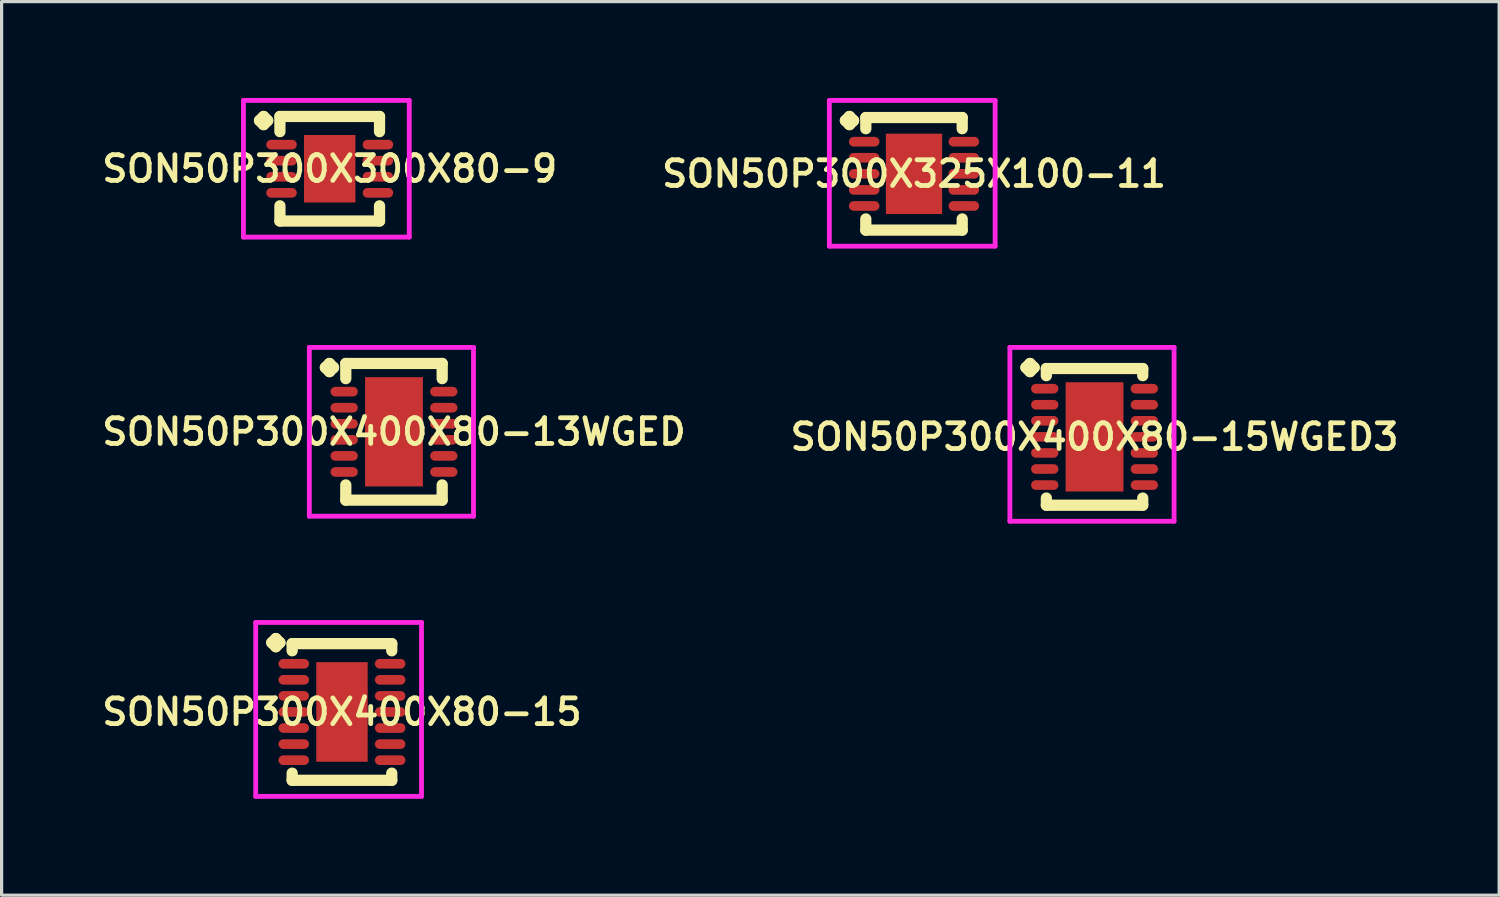
<source format=kicad_pcb>
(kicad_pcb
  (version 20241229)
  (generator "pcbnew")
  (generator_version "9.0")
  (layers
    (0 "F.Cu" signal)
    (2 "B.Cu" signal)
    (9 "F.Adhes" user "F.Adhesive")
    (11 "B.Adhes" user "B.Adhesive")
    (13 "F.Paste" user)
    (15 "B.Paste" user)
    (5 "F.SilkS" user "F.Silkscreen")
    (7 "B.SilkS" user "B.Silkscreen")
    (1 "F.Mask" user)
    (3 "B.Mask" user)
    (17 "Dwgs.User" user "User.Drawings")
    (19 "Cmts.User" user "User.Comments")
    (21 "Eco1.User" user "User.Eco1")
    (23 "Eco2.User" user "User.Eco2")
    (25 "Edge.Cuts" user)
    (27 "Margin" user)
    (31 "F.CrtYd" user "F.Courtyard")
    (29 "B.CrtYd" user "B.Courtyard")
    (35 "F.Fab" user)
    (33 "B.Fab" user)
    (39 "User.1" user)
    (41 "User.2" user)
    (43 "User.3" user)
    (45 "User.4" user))
  (footprint "SON50P300X400X80-15WGED3"
    (layer "F.Cu")
    (at 31.016 10.547)
    (property "Reference" "SON50P300X400X80-15WGED3" (at 0 0 0) (layer "F.SilkS") (effects (font (size 0.8 0.8) (thickness 0.15))))
    (attr smd)
    (fp_line (start -2.135 -2.158) (end -2.008 -2.285) (stroke (width 0.35) (type solid)) (layer "F.SilkS"))
    (fp_line (start -2.008 -2.285) (end -1.881 -2.158) (stroke (width 0.35) (type solid)) (layer "F.SilkS"))
    (fp_line (start -2.008 -2.031) (end -2.135 -2.158) (stroke (width 0.35) (type solid)) (layer "F.SilkS"))
    (fp_line (start -1.881 -2.158) (end -2.008 -2.031) (stroke (width 0.35) (type solid)) (layer "F.SilkS"))
    (fp_line (start -1.5 -2.127) (end 1.5 -2.127) (stroke (width 0.35) (type solid)) (layer "F.SilkS"))
    (fp_line (start -1.5 -1.904) (end -1.5 -2.127) (stroke (width 0.35) (type solid)) (layer "F.SilkS"))
    (fp_line (start -1.5 1.904) (end -1.5 2.127) (stroke (width 0.35) (type solid)) (layer "F.SilkS"))
    (fp_line (start -1.5 2.127) (end 1.5 2.127) (stroke (width 0.35) (type solid)) (layer "F.SilkS"))
    (fp_line (start 1.5 -2.127) (end 1.5 -1.904) (stroke (width 0.35) (type solid)) (layer "F.SilkS"))
    (fp_line (start 1.5 2.127) (end 1.5 1.904) (stroke (width 0.35) (type solid)) (layer "F.SilkS"))
    (fp_line (start -2.635 -2.785) (end 2.475 -2.785) (stroke (width 0.15) (type solid)) (layer "F.CrtYd"))
    (fp_line (start -2.635 2.627) (end -2.635 -2.785) (stroke (width 0.15) (type solid)) (layer "F.CrtYd"))
    (fp_line (start 2.475 -2.785) (end 2.475 2.627) (stroke (width 0.15) (type solid)) (layer "F.CrtYd"))
    (fp_line (start 2.475 2.627) (end -2.635 2.627) (stroke (width 0.15) (type solid)) (layer "F.CrtYd"))
    (pad "1" smd oval (at -1.55 -1.5) (size 0.85 0.3) (layers "F.Cu" "F.Mask" "F.Paste"))
    (pad "2" smd oval (at -1.55 -1) (size 0.85 0.3) (layers "F.Cu" "F.Mask" "F.Paste"))
    (pad "3" smd oval (at -1.55 -0.5) (size 0.85 0.3) (layers "F.Cu" "F.Mask" "F.Paste"))
    (pad "4" smd oval (at -1.55 0) (size 0.85 0.3) (layers "F.Cu" "F.Mask" "F.Paste"))
    (pad "5" smd oval (at -1.55 0.5) (size 0.85 0.3) (layers "F.Cu" "F.Mask" "F.Paste"))
    (pad "6" smd oval (at -1.55 1) (size 0.85 0.3) (layers "F.Cu" "F.Mask" "F.Paste"))
    (pad "7" smd oval (at -1.55 1.5) (size 0.85 0.3) (layers "F.Cu" "F.Mask" "F.Paste"))
    (pad "8" smd oval (at 1.55 1.5) (size 0.85 0.3) (layers "F.Cu" "F.Mask" "F.Paste"))
    (pad "9" smd oval (at 1.55 1) (size 0.85 0.3) (layers "F.Cu" "F.Mask" "F.Paste"))
    (pad "10" smd oval (at 1.55 0.5) (size 0.85 0.3) (layers "F.Cu" "F.Mask" "F.Paste"))
    (pad "11" smd oval (at 1.55 0) (size 0.85 0.3) (layers "F.Cu" "F.Mask" "F.Paste"))
    (pad "12" smd oval (at 1.55 -0.5) (size 0.85 0.3) (layers "F.Cu" "F.Mask" "F.Paste"))
    (pad "13" smd oval (at 1.55 -1) (size 0.85 0.3) (layers "F.Cu" "F.Mask" "F.Paste"))
    (pad "14" smd oval (at 1.55 -1.5) (size 0.85 0.3) (layers "F.Cu" "F.Mask" "F.Paste"))
    (pad "15" smd rect (at 0 0) (size 1.8 3.4) (layers "F.Cu" "F.Mask" "F.Paste")))
  (footprint "SON50P300X400X80-15"
    (layer "F.Cu")
    (at 7.593 19.109)
    (property "Reference" "SON50P300X400X80-15" (at 0 0 0) (layer "F.SilkS") (effects (font (size 0.8 0.8) (thickness 0.15))))
    (attr smd)
    (fp_line (start -2.185 -2.158) (end -2.058 -2.285) (stroke (width 0.35) (type solid)) (layer "F.SilkS"))
    (fp_line (start -2.058 -2.285) (end -1.931 -2.158) (stroke (width 0.35) (type solid)) (layer "F.SilkS"))
    (fp_line (start -2.058 -2.031) (end -2.185 -2.158) (stroke (width 0.35) (type solid)) (layer "F.SilkS"))
    (fp_line (start -1.931 -2.158) (end -2.058 -2.031) (stroke (width 0.35) (type solid)) (layer "F.SilkS"))
    (fp_line (start -1.55 -2.127) (end 1.55 -2.127) (stroke (width 0.35) (type solid)) (layer "F.SilkS"))
    (fp_line (start -1.55 -1.904) (end -1.55 -2.127) (stroke (width 0.35) (type solid)) (layer "F.SilkS"))
    (fp_line (start -1.55 1.904) (end -1.55 2.127) (stroke (width 0.35) (type solid)) (layer "F.SilkS"))
    (fp_line (start -1.55 2.127) (end 1.55 2.127) (stroke (width 0.35) (type solid)) (layer "F.SilkS"))
    (fp_line (start 1.55 -2.127) (end 1.55 -1.904) (stroke (width 0.35) (type solid)) (layer "F.SilkS"))
    (fp_line (start 1.55 2.127) (end 1.55 1.904) (stroke (width 0.35) (type solid)) (layer "F.SilkS"))
    (fp_line (start -2.685 -2.785) (end 2.475 -2.785) (stroke (width 0.15) (type solid)) (layer "F.CrtYd"))
    (fp_line (start -2.685 2.627) (end -2.685 -2.785) (stroke (width 0.15) (type solid)) (layer "F.CrtYd"))
    (fp_line (start 2.475 -2.785) (end 2.475 2.627) (stroke (width 0.15) (type solid)) (layer "F.CrtYd"))
    (fp_line (start 2.475 2.627) (end -2.685 2.627) (stroke (width 0.15) (type solid)) (layer "F.CrtYd"))
    (pad "1" smd oval (at -1.5 -1.5) (size 0.95 0.3) (layers "F.Cu" "F.Mask" "F.Paste"))
    (pad "2" smd oval (at -1.5 -1) (size 0.95 0.3) (layers "F.Cu" "F.Mask" "F.Paste"))
    (pad "3" smd oval (at -1.5 -0.5) (size 0.95 0.3) (layers "F.Cu" "F.Mask" "F.Paste"))
    (pad "4" smd oval (at -1.5 0) (size 0.95 0.3) (layers "F.Cu" "F.Mask" "F.Paste"))
    (pad "5" smd oval (at -1.5 0.5) (size 0.95 0.3) (layers "F.Cu" "F.Mask" "F.Paste"))
    (pad "6" smd oval (at -1.5 1) (size 0.95 0.3) (layers "F.Cu" "F.Mask" "F.Paste"))
    (pad "7" smd oval (at -1.5 1.5) (size 0.95 0.3) (layers "F.Cu" "F.Mask" "F.Paste"))
    (pad "8" smd oval (at 1.5 1.5) (size 0.95 0.3) (layers "F.Cu" "F.Mask" "F.Paste"))
    (pad "9" smd oval (at 1.5 1) (size 0.95 0.3) (layers "F.Cu" "F.Mask" "F.Paste"))
    (pad "10" smd oval (at 1.5 0.5) (size 0.95 0.3) (layers "F.Cu" "F.Mask" "F.Paste"))
    (pad "11" smd oval (at 1.5 0) (size 0.95 0.3) (layers "F.Cu" "F.Mask" "F.Paste"))
    (pad "12" smd oval (at 1.5 -0.5) (size 0.95 0.3) (layers "F.Cu" "F.Mask" "F.Paste"))
    (pad "13" smd oval (at 1.5 -1) (size 0.95 0.3) (layers "F.Cu" "F.Mask" "F.Paste"))
    (pad "14" smd oval (at 1.5 -1.5) (size 0.95 0.3) (layers "F.Cu" "F.Mask" "F.Paste"))
    (pad "15" smd rect (at 0 0) (size 1.6 3.1) (layers "F.Cu" "F.Mask" "F.Paste")))
  (footprint "SON50P300X400X80-13WGED"
    (layer "F.Cu")
    (at 9.212 10.389)
    (property "Reference" "SON50P300X400X80-13WGED" (at 0 0 0) (layer "F.SilkS") (effects (font (size 0.8 0.8) (thickness 0.15))))
    (attr smd)
    (fp_line (start -2.135 -2) (end -2.008 -2.127) (stroke (width 0.35) (type solid)) (layer "F.SilkS"))
    (fp_line (start -2.008 -2.127) (end -1.881 -2) (stroke (width 0.35) (type solid)) (layer "F.SilkS"))
    (fp_line (start -2.008 -1.873) (end -2.135 -2) (stroke (width 0.35) (type solid)) (layer "F.SilkS"))
    (fp_line (start -1.881 -2) (end -2.008 -1.873) (stroke (width 0.35) (type solid)) (layer "F.SilkS"))
    (fp_line (start -1.5 -2.127) (end 1.5 -2.127) (stroke (width 0.35) (type solid)) (layer "F.SilkS"))
    (fp_line (start -1.5 -1.654) (end -1.5 -2.127) (stroke (width 0.35) (type solid)) (layer "F.SilkS"))
    (fp_line (start -1.5 1.654) (end -1.5 2.127) (stroke (width 0.35) (type solid)) (layer "F.SilkS"))
    (fp_line (start -1.5 2.127) (end 1.5 2.127) (stroke (width 0.35) (type solid)) (layer "F.SilkS"))
    (fp_line (start 1.5 -2.127) (end 1.5 -1.654) (stroke (width 0.35) (type solid)) (layer "F.SilkS"))
    (fp_line (start 1.5 2.127) (end 1.5 1.654) (stroke (width 0.35) (type solid)) (layer "F.SilkS"))
    (fp_line (start -2.635 -2.627) (end 2.475 -2.627) (stroke (width 0.15) (type solid)) (layer "F.CrtYd"))
    (fp_line (start -2.635 2.627) (end -2.635 -2.627) (stroke (width 0.15) (type solid)) (layer "F.CrtYd"))
    (fp_line (start 2.475 -2.627) (end 2.475 2.627) (stroke (width 0.15) (type solid)) (layer "F.CrtYd"))
    (fp_line (start 2.475 2.627) (end -2.635 2.627) (stroke (width 0.15) (type solid)) (layer "F.CrtYd"))
    (pad "1" smd oval (at -1.55 -1.25) (size 0.85 0.3) (layers "F.Cu" "F.Mask" "F.Paste"))
    (pad "2" smd oval (at -1.55 -0.75) (size 0.85 0.3) (layers "F.Cu" "F.Mask" "F.Paste"))
    (pad "3" smd oval (at -1.55 -0.25) (size 0.85 0.3) (layers "F.Cu" "F.Mask" "F.Paste"))
    (pad "4" smd oval (at -1.55 0.25) (size 0.85 0.3) (layers "F.Cu" "F.Mask" "F.Paste"))
    (pad "5" smd oval (at -1.55 0.75) (size 0.85 0.3) (layers "F.Cu" "F.Mask" "F.Paste"))
    (pad "6" smd oval (at -1.55 1.25) (size 0.85 0.3) (layers "F.Cu" "F.Mask" "F.Paste"))
    (pad "7" smd oval (at 1.55 1.25) (size 0.85 0.3) (layers "F.Cu" "F.Mask" "F.Paste"))
    (pad "8" smd oval (at 1.55 0.75) (size 0.85 0.3) (layers "F.Cu" "F.Mask" "F.Paste"))
    (pad "9" smd oval (at 1.55 0.25) (size 0.85 0.3) (layers "F.Cu" "F.Mask" "F.Paste"))
    (pad "10" smd oval (at 1.55 -0.25) (size 0.85 0.3) (layers "F.Cu" "F.Mask" "F.Paste"))
    (pad "11" smd oval (at 1.55 -0.75) (size 0.85 0.3) (layers "F.Cu" "F.Mask" "F.Paste"))
    (pad "12" smd oval (at 1.55 -1.25) (size 0.85 0.3) (layers "F.Cu" "F.Mask" "F.Paste"))
    (pad "13" smd rect (at 0 0) (size 1.8 3.4) (layers "F.Cu" "F.Mask" "F.Paste")))
  (footprint "SON50P300X325X100-11"
    (layer "F.Cu")
    (at 25.397 2.36)
    (property "Reference" "SON50P300X325X100-11" (at 0 0 0) (layer "F.SilkS") (effects (font (size 0.8 0.8) (thickness 0.15))))
    (attr smd)
    (fp_line (start -2.135 -1.658) (end -2.008 -1.785) (stroke (width 0.35) (type solid)) (layer "F.SilkS"))
    (fp_line (start -2.008 -1.785) (end -1.881 -1.658) (stroke (width 0.35) (type solid)) (layer "F.SilkS"))
    (fp_line (start -2.008 -1.531) (end -2.135 -1.658) (stroke (width 0.35) (type solid)) (layer "F.SilkS"))
    (fp_line (start -1.881 -1.658) (end -2.008 -1.531) (stroke (width 0.35) (type solid)) (layer "F.SilkS"))
    (fp_line (start -1.5 -1.752) (end 1.5 -1.752) (stroke (width 0.35) (type solid)) (layer "F.SilkS"))
    (fp_line (start -1.5 -1.404) (end -1.5 -1.752) (stroke (width 0.35) (type solid)) (layer "F.SilkS"))
    (fp_line (start -1.5 1.404) (end -1.5 1.752) (stroke (width 0.35) (type solid)) (layer "F.SilkS"))
    (fp_line (start -1.5 1.752) (end 1.5 1.752) (stroke (width 0.35) (type solid)) (layer "F.SilkS"))
    (fp_line (start 1.5 -1.752) (end 1.5 -1.404) (stroke (width 0.35) (type solid)) (layer "F.SilkS"))
    (fp_line (start 1.5 1.752) (end 1.5 1.404) (stroke (width 0.35) (type solid)) (layer "F.SilkS"))
    (fp_line (start -2.635 -2.285) (end 2.525 -2.285) (stroke (width 0.15) (type solid)) (layer "F.CrtYd"))
    (fp_line (start -2.635 2.252) (end -2.635 -2.285) (stroke (width 0.15) (type solid)) (layer "F.CrtYd"))
    (fp_line (start 2.525 -2.285) (end 2.525 2.252) (stroke (width 0.15) (type solid)) (layer "F.CrtYd"))
    (fp_line (start 2.525 2.252) (end -2.635 2.252) (stroke (width 0.15) (type solid)) (layer "F.CrtYd"))
    (pad "1" smd oval (at -1.55 -1) (size 0.95 0.3) (layers "F.Cu" "F.Mask" "F.Paste"))
    (pad "2" smd oval (at -1.55 -0.5) (size 0.95 0.3) (layers "F.Cu" "F.Mask" "F.Paste"))
    (pad "3" smd oval (at -1.55 0) (size 0.95 0.3) (layers "F.Cu" "F.Mask" "F.Paste"))
    (pad "4" smd oval (at -1.55 0.5) (size 0.95 0.3) (layers "F.Cu" "F.Mask" "F.Paste"))
    (pad "5" smd oval (at -1.55 1) (size 0.95 0.3) (layers "F.Cu" "F.Mask" "F.Paste"))
    (pad "6" smd oval (at 1.55 1) (size 0.95 0.3) (layers "F.Cu" "F.Mask" "F.Paste"))
    (pad "7" smd oval (at 1.55 0.5) (size 0.95 0.3) (layers "F.Cu" "F.Mask" "F.Paste"))
    (pad "8" smd oval (at 1.55 0) (size 0.95 0.3) (layers "F.Cu" "F.Mask" "F.Paste"))
    (pad "9" smd oval (at 1.55 -0.5) (size 0.95 0.3) (layers "F.Cu" "F.Mask" "F.Paste"))
    (pad "10" smd oval (at 1.55 -1) (size 0.95 0.3) (layers "F.Cu" "F.Mask" "F.Paste"))
    (pad "11" smd rect (at 0 0) (size 1.75 2.5) (layers "F.Cu" "F.Mask" "F.Paste")))
  (footprint "SON50P300X300X80-9"
    (layer "F.Cu")
    (at 7.212 2.202)
    (property "Reference" "SON50P300X300X80-9" (at 0 0 0) (layer "F.SilkS") (effects (font (size 0.8 0.8) (thickness 0.15))))
    (attr smd)
    (fp_line (start -2.185 -1.5) (end -2.058 -1.627) (stroke (width 0.35) (type solid)) (layer "F.SilkS"))
    (fp_line (start -2.058 -1.627) (end -1.931 -1.5) (stroke (width 0.35) (type solid)) (layer "F.SilkS"))
    (fp_line (start -2.058 -1.373) (end -2.185 -1.5) (stroke (width 0.35) (type solid)) (layer "F.SilkS"))
    (fp_line (start -1.931 -1.5) (end -2.058 -1.373) (stroke (width 0.35) (type solid)) (layer "F.SilkS"))
    (fp_line (start -1.55 -1.627) (end 1.55 -1.627) (stroke (width 0.35) (type solid)) (layer "F.SilkS"))
    (fp_line (start -1.55 -1.154) (end -1.55 -1.627) (stroke (width 0.35) (type solid)) (layer "F.SilkS"))
    (fp_line (start -1.55 1.154) (end -1.55 1.627) (stroke (width 0.35) (type solid)) (layer "F.SilkS"))
    (fp_line (start -1.55 1.627) (end 1.55 1.627) (stroke (width 0.35) (type solid)) (layer "F.SilkS"))
    (fp_line (start 1.55 -1.627) (end 1.55 -1.154) (stroke (width 0.35) (type solid)) (layer "F.SilkS"))
    (fp_line (start 1.55 1.627) (end 1.55 1.154) (stroke (width 0.35) (type solid)) (layer "F.SilkS"))
    (fp_line (start -2.685 -2.127) (end 2.475 -2.127) (stroke (width 0.15) (type solid)) (layer "F.CrtYd"))
    (fp_line (start -2.685 2.127) (end -2.685 -2.127) (stroke (width 0.15) (type solid)) (layer "F.CrtYd"))
    (fp_line (start 2.475 -2.127) (end 2.475 2.127) (stroke (width 0.15) (type solid)) (layer "F.CrtYd"))
    (fp_line (start 2.475 2.127) (end -2.685 2.127) (stroke (width 0.15) (type solid)) (layer "F.CrtYd"))
    (pad "1" smd oval (at -1.5 -0.75) (size 0.95 0.3) (layers "F.Cu" "F.Mask" "F.Paste"))
    (pad "2" smd oval (at -1.5 -0.25) (size 0.95 0.3) (layers "F.Cu" "F.Mask" "F.Paste"))
    (pad "3" smd oval (at -1.5 0.25) (size 0.95 0.3) (layers "F.Cu" "F.Mask" "F.Paste"))
    (pad "4" smd oval (at -1.5 0.75) (size 0.95 0.3) (layers "F.Cu" "F.Mask" "F.Paste"))
    (pad "5" smd oval (at 1.5 0.75) (size 0.95 0.3) (layers "F.Cu" "F.Mask" "F.Paste"))
    (pad "6" smd oval (at 1.5 0.25) (size 0.95 0.3) (layers "F.Cu" "F.Mask" "F.Paste"))
    (pad "7" smd oval (at 1.5 -0.25) (size 0.95 0.3) (layers "F.Cu" "F.Mask" "F.Paste"))
    (pad "8" smd oval (at 1.5 -0.75) (size 0.95 0.3) (layers "F.Cu" "F.Mask" "F.Paste"))
    (pad "9" smd rect (at 0 0) (size 1.6 2.1) (layers "F.Cu" "F.Mask" "F.Paste")))
  (gr_rect
    (start -3 -3)
    (end 43.609 24.811)
    (stroke (width 0.1) (type default))
    (fill no)
    (layer "Edge.Cuts")))
</source>
